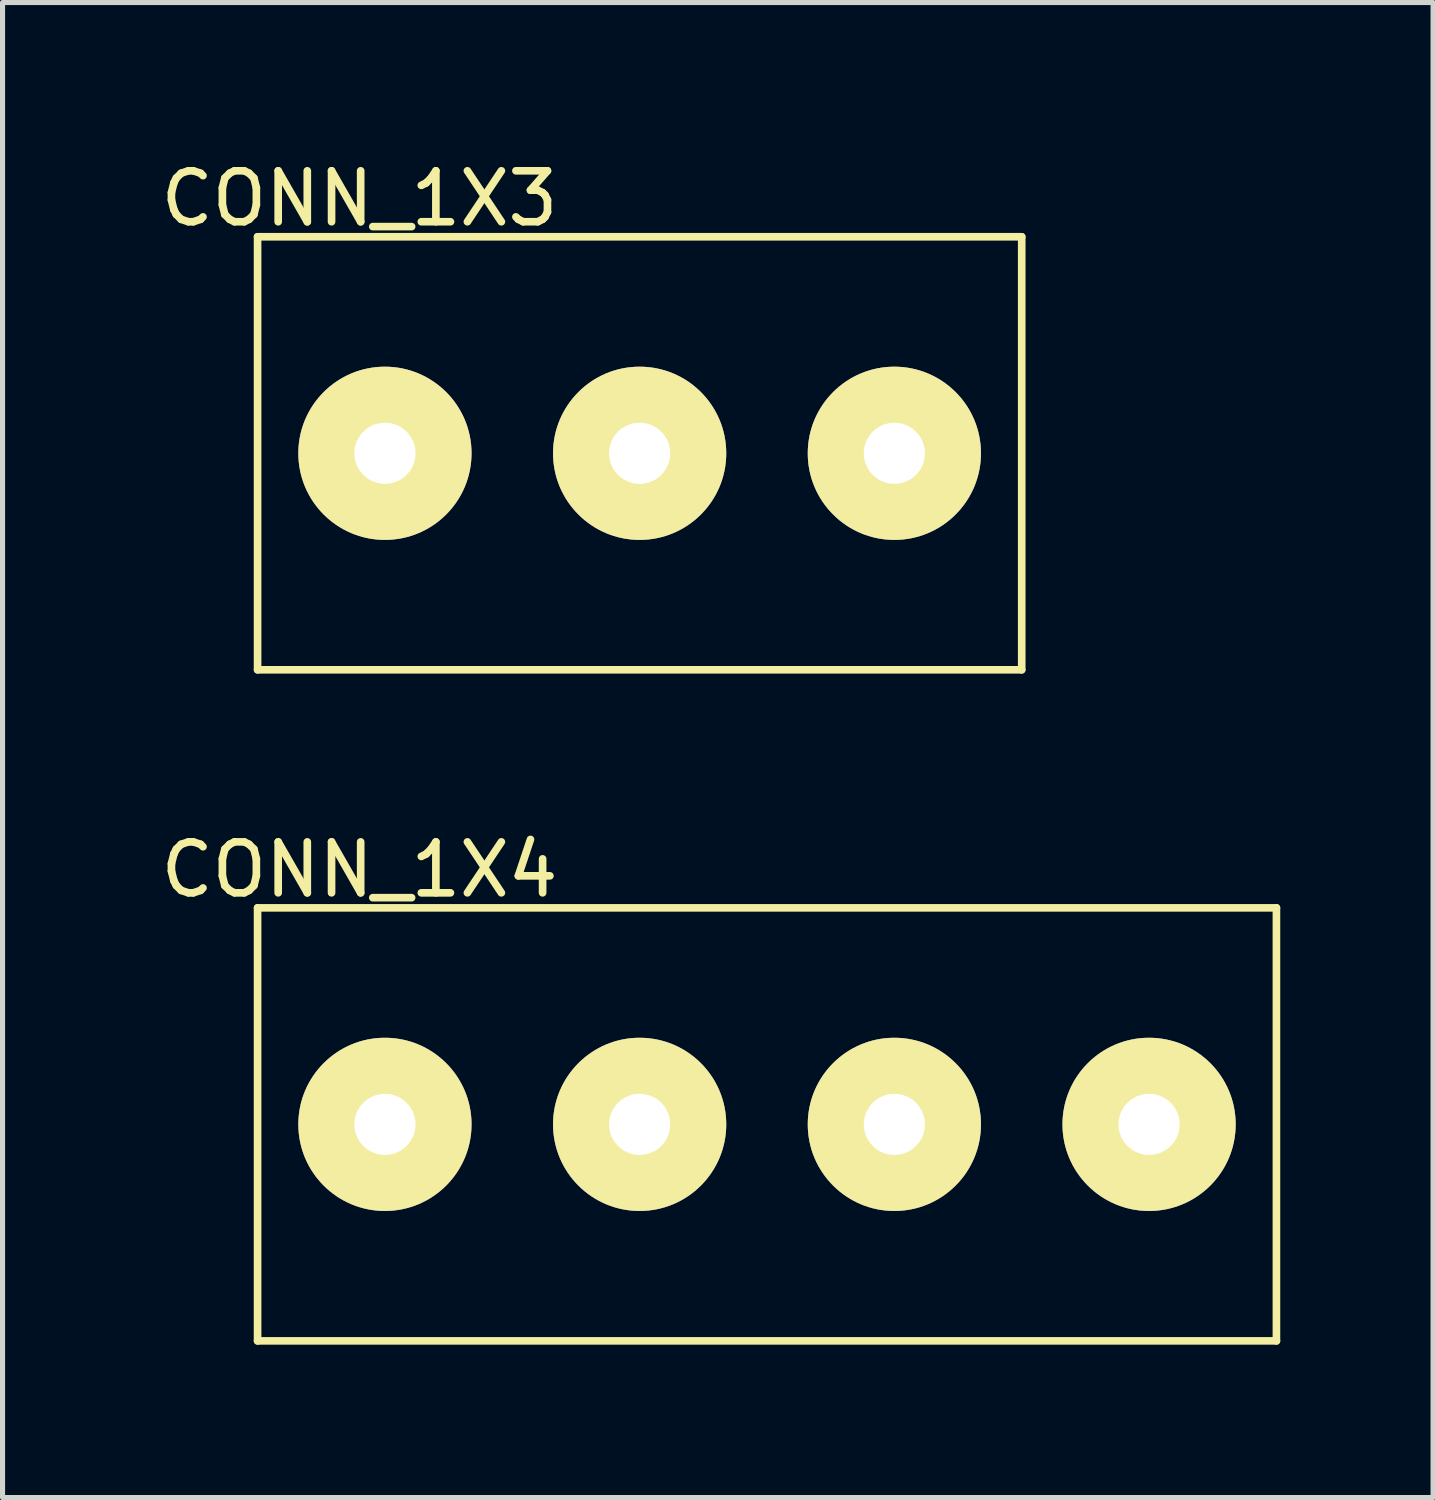
<source format=kicad_pcb>
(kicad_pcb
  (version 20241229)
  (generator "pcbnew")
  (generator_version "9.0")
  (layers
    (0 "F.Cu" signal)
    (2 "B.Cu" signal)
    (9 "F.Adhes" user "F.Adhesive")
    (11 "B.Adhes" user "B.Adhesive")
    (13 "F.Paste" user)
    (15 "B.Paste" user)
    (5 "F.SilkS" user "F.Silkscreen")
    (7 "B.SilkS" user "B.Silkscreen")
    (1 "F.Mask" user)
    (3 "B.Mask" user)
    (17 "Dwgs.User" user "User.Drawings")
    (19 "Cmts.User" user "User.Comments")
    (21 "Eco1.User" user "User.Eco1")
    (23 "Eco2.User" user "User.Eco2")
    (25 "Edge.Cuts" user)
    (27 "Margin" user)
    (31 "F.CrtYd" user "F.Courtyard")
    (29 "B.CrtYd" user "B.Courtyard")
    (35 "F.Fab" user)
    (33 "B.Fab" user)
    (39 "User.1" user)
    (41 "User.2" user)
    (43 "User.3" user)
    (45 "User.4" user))
  (footprint "CONN_1X4"
    (layer "F.Cu")
    (at 12.006 19.021)
    (property "Reference" "CONN_1X4" (at -8 -5 0) (layer "F.SilkS") (effects (font (size 1 1) (thickness 0.15))))
    (attr through_hole)
    (fp_line (start -10 -4.25) (end 10 -4.25) (stroke (width 0.15) (type solid)) (layer "F.SilkS"))
    (fp_line (start -10 4.25) (end -10 -4.25) (stroke (width 0.15) (type solid)) (layer "F.SilkS"))
    (fp_line (start 10 -4.25) (end 10 4.25) (stroke (width 0.15) (type solid)) (layer "F.SilkS"))
    (fp_line (start 10 4.25) (end -10 4.25) (stroke (width 0.15) (type solid)) (layer "F.SilkS"))
    (pad "1" thru_hole circle (at -7.5 0) (size 3.4 3.4) (drill 1.2) (layers "*.Cu" "*.Mask" "F.SilkS"))
    (pad "2" thru_hole circle (at -2.5 0) (size 3.4 3.4) (drill 1.2) (layers "*.Cu" "*.Mask" "F.SilkS"))
    (pad "3" thru_hole circle (at 2.5 0) (size 3.4 3.4) (drill 1.2) (layers "*.Cu" "*.Mask" "F.SilkS"))
    (pad "4" thru_hole circle (at 7.5 0) (size 3.4 3.4) (drill 1.2) (layers "*.Cu" "*.Mask" "F.SilkS")))
  (footprint "CONN_1X3"
    (layer "F.Cu")
    (at 9.506 5.848)
    (property "Reference" "CONN_1X3" (at -5.5 -5 0) (layer "F.SilkS") (effects (font (size 1 1) (thickness 0.15))))
    (attr through_hole)
    (fp_line (start -7.5 -4.25) (end 7.5 -4.25) (stroke (width 0.15) (type solid)) (layer "F.SilkS"))
    (fp_line (start -7.5 4.25) (end -7.5 -4.25) (stroke (width 0.15) (type solid)) (layer "F.SilkS"))
    (fp_line (start 7.5 -4.25) (end 7.5 4.25) (stroke (width 0.15) (type solid)) (layer "F.SilkS"))
    (fp_line (start 7.5 4.25) (end -7.5 4.25) (stroke (width 0.15) (type solid)) (layer "F.SilkS"))
    (pad "1" thru_hole circle (at -5 0) (size 3.4 3.4) (drill 1.2) (layers "*.Cu" "*.Mask" "F.SilkS"))
    (pad "2" thru_hole circle (at 0 0) (size 3.4 3.4) (drill 1.2) (layers "*.Cu" "*.Mask" "F.SilkS"))
    (pad "3" thru_hole circle (at 5 0) (size 3.4 3.4) (drill 1.2) (layers "*.Cu" "*.Mask" "F.SilkS")))
  (gr_rect
    (start -3 -3)
    (end 25.081 26.346)
    (stroke (width 0.1) (type default))
    (fill no)
    (layer "Edge.Cuts")))
</source>
